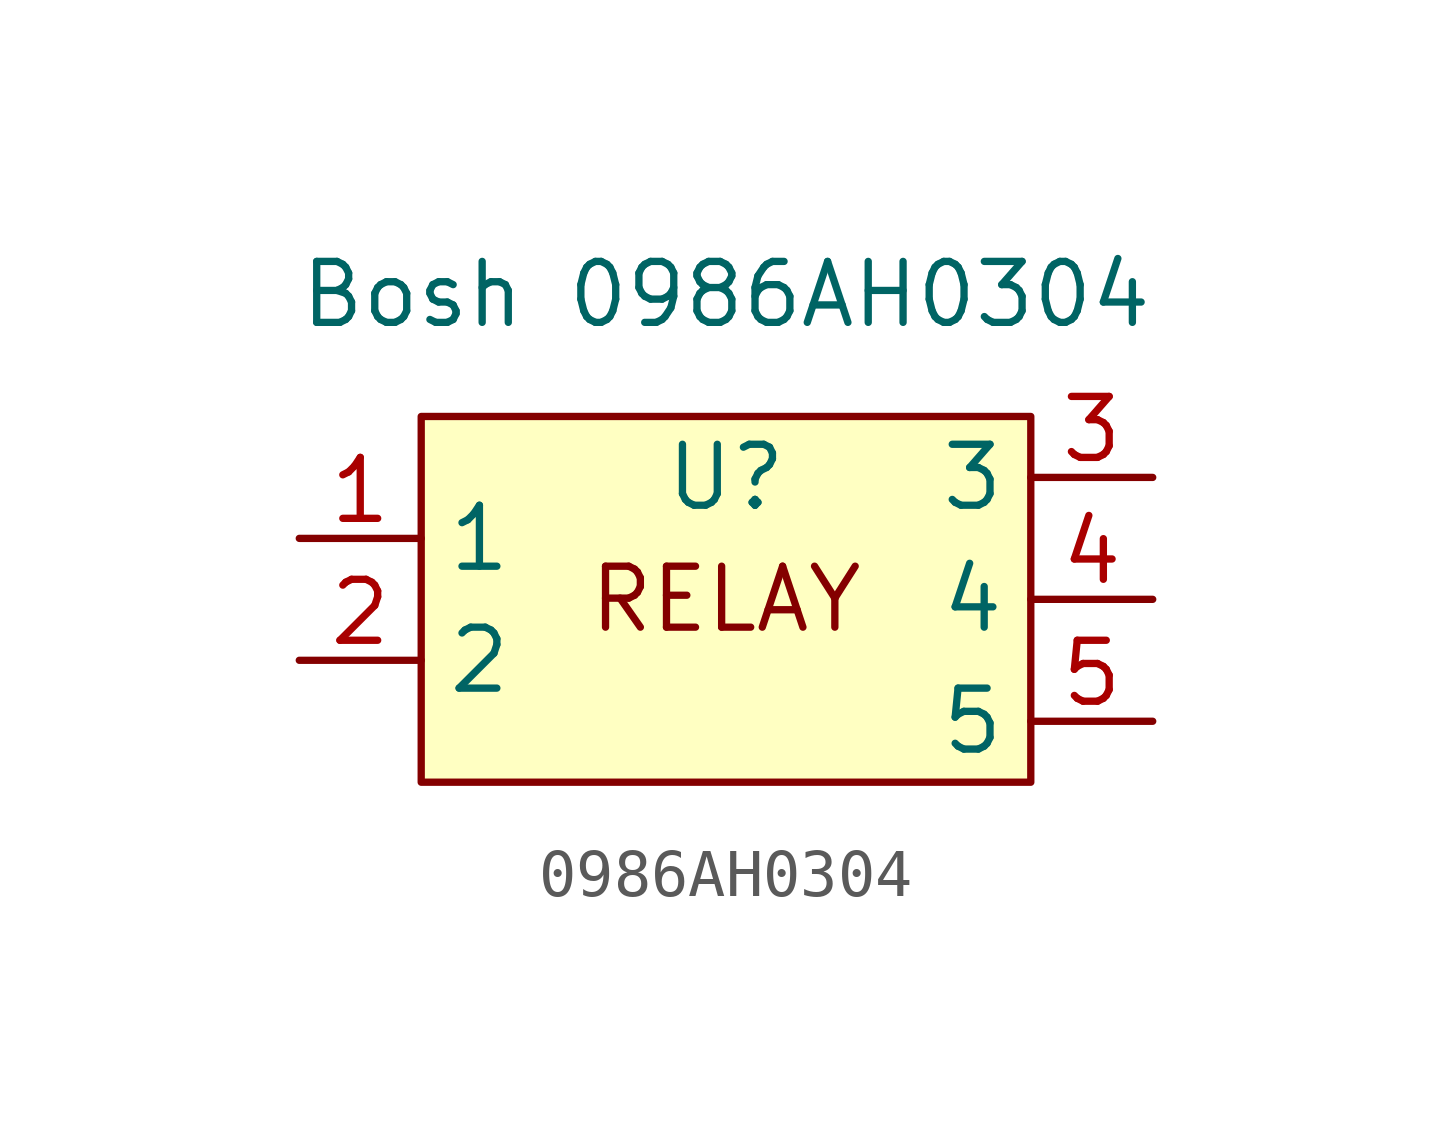
<source format=kicad_sym>
(kicad_symbol_lib
  (version 20220914)
  (generator kicad_symbol_editor)
  (symbol "0986AH0304"
    (property "Reference" "U"
      (at 0 2.54 0)
      (effects (font (size 1.27 1.27))))
    (property "Value" "Bosh 0986AH0304"
      (at 0 6.35 0)
      (effects (font (size 1.27 1.27))))
    (symbol "0986AH0304_1_1"
      (rectangle (start -6.35 3.81) (end 6.35 -3.81) (stroke (width 0) (type default)) (fill (type background)))
      (text "RELAY" (at 0 0 0) (effects (font (size 1.27 1.27))))
      (pin bidirectional line (at -8.89 1.27 0) (length 2.54) (name "1" (effects (font (size 1.27 1.27)))) (number "1" (effects (font (size 1.27 1.27)))))
      (pin bidirectional line (at -8.89 -1.27 0) (length 2.54) (name "2" (effects (font (size 1.27 1.27)))) (number "2" (effects (font (size 1.27 1.27)))))
      (pin bidirectional line (at 8.89 2.54 180) (length 2.54) (name "3" (effects (font (size 1.27 1.27)))) (number "3" (effects (font (size 1.27 1.27)))))
      (pin bidirectional line (at 8.89 0 180) (length 2.54) (name "4" (effects (font (size 1.27 1.27)))) (number "4" (effects (font (size 1.27 1.27)))))
      (pin bidirectional line (at 8.89 -2.54 180) (length 2.54) (name "5" (effects (font (size 1.27 1.27)))) (number "5" (effects (font (size 1.27 1.27))))))))
</source>
